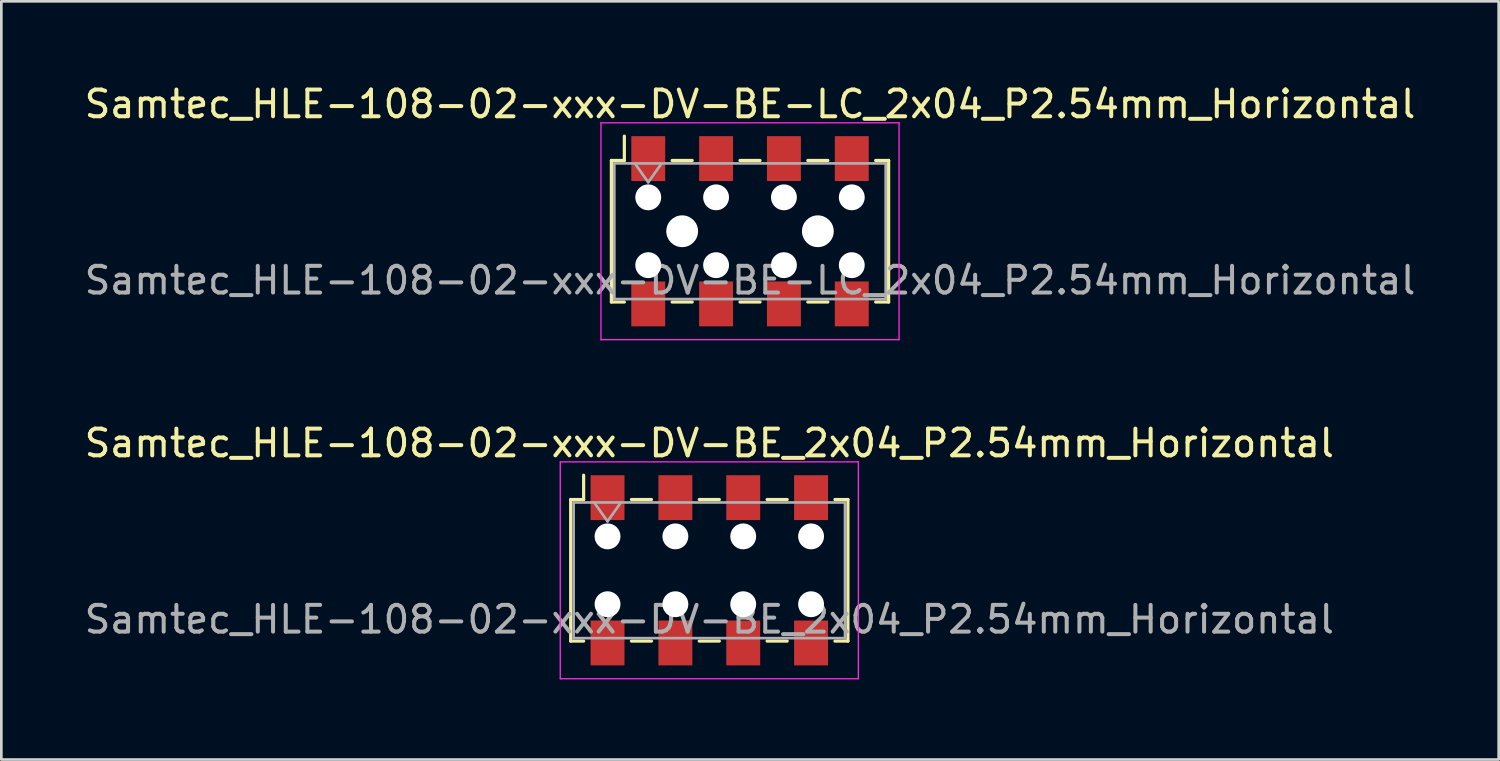
<source format=kicad_pcb>
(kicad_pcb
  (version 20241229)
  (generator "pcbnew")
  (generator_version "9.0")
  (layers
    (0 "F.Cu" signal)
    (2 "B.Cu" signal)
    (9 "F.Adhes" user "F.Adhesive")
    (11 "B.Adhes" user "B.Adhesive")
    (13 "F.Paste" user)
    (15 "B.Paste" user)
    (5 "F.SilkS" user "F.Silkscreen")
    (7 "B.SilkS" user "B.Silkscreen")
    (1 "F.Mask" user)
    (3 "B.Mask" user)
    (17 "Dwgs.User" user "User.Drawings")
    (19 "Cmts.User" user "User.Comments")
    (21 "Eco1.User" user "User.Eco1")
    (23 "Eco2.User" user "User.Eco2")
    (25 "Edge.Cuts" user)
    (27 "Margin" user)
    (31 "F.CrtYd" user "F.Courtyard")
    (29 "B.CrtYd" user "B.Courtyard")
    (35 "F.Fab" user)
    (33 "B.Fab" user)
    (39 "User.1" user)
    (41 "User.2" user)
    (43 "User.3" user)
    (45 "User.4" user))
  (footprint "Samtec_HLE-108-02-xxx-DV-BE_2x04_P2.54mm_Horizontal"
    (layer "F.Cu")
    (at 23.506 18.302)
    (property "Reference" "Samtec_HLE-108-02-xxx-DV-BE_2x04_P2.54mm_Horizontal" (at 0 -4.76 0) (layer "F.SilkS") (effects (font (size 1 1) (thickness 0.15))))
    (attr smd)
    (fp_line (start -5.19 -2.65) (end -5.19 2.65) (stroke (width 0.12) (type solid)) (layer "F.SilkS"))
    (fp_line (start -5.19 2.65) (end -4.705 2.65) (stroke (width 0.12) (type solid)) (layer "F.SilkS"))
    (fp_line (start -4.705 -3.56) (end -4.705 -2.65) (stroke (width 0.12) (type solid)) (layer "F.SilkS"))
    (fp_line (start -4.705 -2.65) (end -5.19 -2.65) (stroke (width 0.12) (type solid)) (layer "F.SilkS"))
    (fp_line (start -2.915 -2.65) (end -2.165 -2.65) (stroke (width 0.12) (type solid)) (layer "F.SilkS"))
    (fp_line (start -2.915 2.65) (end -2.165 2.65) (stroke (width 0.12) (type solid)) (layer "F.SilkS"))
    (fp_line (start -0.375 -2.65) (end 0.375 -2.65) (stroke (width 0.12) (type solid)) (layer "F.SilkS"))
    (fp_line (start -0.375 2.65) (end 0.375 2.65) (stroke (width 0.12) (type solid)) (layer "F.SilkS"))
    (fp_line (start 2.165 -2.65) (end 2.915 -2.65) (stroke (width 0.12) (type solid)) (layer "F.SilkS"))
    (fp_line (start 2.165 2.65) (end 2.915 2.65) (stroke (width 0.12) (type solid)) (layer "F.SilkS"))
    (fp_line (start 4.705 -2.65) (end 5.19 -2.65) (stroke (width 0.12) (type solid)) (layer "F.SilkS"))
    (fp_line (start 5.19 -2.65) (end 5.19 2.65) (stroke (width 0.12) (type solid)) (layer "F.SilkS"))
    (fp_line (start 5.19 2.65) (end 4.705 2.65) (stroke (width 0.12) (type solid)) (layer "F.SilkS"))
    (fp_line (start -5.58 -4.06) (end 5.58 -4.06) (stroke (width 0.05) (type solid)) (layer "F.CrtYd"))
    (fp_line (start -5.58 4.06) (end -5.58 -4.06) (stroke (width 0.05) (type solid)) (layer "F.CrtYd"))
    (fp_line (start 5.58 -4.06) (end 5.58 4.06) (stroke (width 0.05) (type solid)) (layer "F.CrtYd"))
    (fp_line (start 5.58 4.06) (end -5.58 4.06) (stroke (width 0.05) (type solid)) (layer "F.CrtYd"))
    (fp_line (start -5.08 -2.54) (end 5.08 -2.54) (stroke (width 0.1) (type solid)) (layer "F.Fab"))
    (fp_line (start -5.08 2.54) (end -5.08 -2.54) (stroke (width 0.1) (type solid)) (layer "F.Fab"))
    (fp_line (start -4.31 -2.54) (end -3.81 -1.833) (stroke (width 0.1) (type solid)) (layer "F.Fab"))
    (fp_line (start -3.81 -1.833) (end -3.31 -2.54) (stroke (width 0.1) (type solid)) (layer "F.Fab"))
    (fp_line (start 5.08 -2.54) (end 5.08 2.54) (stroke (width 0.1) (type solid)) (layer "F.Fab"))
    (fp_line (start 5.08 2.54) (end -5.08 2.54) (stroke (width 0.1) (type solid)) (layer "F.Fab"))
    (fp_text user "${REFERENCE}" (at 0 1.84 0) (layer "F.Fab") (effects (font (size 1 1) (thickness 0.15))))
    (pad "" np_thru_hole circle (at -3.81 -1.27) (size 0.97 0.97) (drill 0.97) (layers "*.Cu" "*.Mask"))
    (pad "" np_thru_hole circle (at -3.81 1.27) (size 0.97 0.97) (drill 0.97) (layers "*.Cu" "*.Mask"))
    (pad "" np_thru_hole circle (at -1.27 -1.27) (size 0.97 0.97) (drill 0.97) (layers "*.Cu" "*.Mask"))
    (pad "" np_thru_hole circle (at -1.27 1.27) (size 0.97 0.97) (drill 0.97) (layers "*.Cu" "*.Mask"))
    (pad "" np_thru_hole circle (at 1.27 -1.27) (size 0.97 0.97) (drill 0.97) (layers "*.Cu" "*.Mask"))
    (pad "" np_thru_hole circle (at 1.27 1.27) (size 0.97 0.97) (drill 0.97) (layers "*.Cu" "*.Mask"))
    (pad "" np_thru_hole circle (at 3.81 -1.27) (size 0.97 0.97) (drill 0.97) (layers "*.Cu" "*.Mask"))
    (pad "" np_thru_hole circle (at 3.81 1.27) (size 0.97 0.97) (drill 0.97) (layers "*.Cu" "*.Mask"))
    (pad "1" smd rect (at -3.81 -2.72) (size 1.27 1.68) (layers "F.Cu" "F.Mask" "F.Paste"))
    (pad "2" smd rect (at -3.81 2.72) (size 1.27 1.68) (layers "F.Cu" "F.Mask" "F.Paste"))
    (pad "3" smd rect (at -1.27 -2.72) (size 1.27 1.68) (layers "F.Cu" "F.Mask" "F.Paste"))
    (pad "4" smd rect (at -1.27 2.72) (size 1.27 1.68) (layers "F.Cu" "F.Mask" "F.Paste"))
    (pad "5" smd rect (at 1.27 -2.72) (size 1.27 1.68) (layers "F.Cu" "F.Mask" "F.Paste"))
    (pad "6" smd rect (at 1.27 2.72) (size 1.27 1.68) (layers "F.Cu" "F.Mask" "F.Paste"))
    (pad "7" smd rect (at 3.81 -2.72) (size 1.27 1.68) (layers "F.Cu" "F.Mask" "F.Paste"))
    (pad "8" smd rect (at 3.81 2.72) (size 1.27 1.68) (layers "F.Cu" "F.Mask" "F.Paste")))
  (footprint "Samtec_HLE-108-02-xxx-DV-BE-LC_2x04_P2.54mm_Horizontal"
    (layer "F.Cu")
    (at 25.03 5.608)
    (property "Reference" "Samtec_HLE-108-02-xxx-DV-BE-LC_2x04_P2.54mm_Horizontal" (at 0 -4.76 0) (layer "F.SilkS") (effects (font (size 1 1) (thickness 0.15))))
    (attr smd)
    (fp_line (start -5.19 -2.65) (end -5.19 2.65) (stroke (width 0.12) (type solid)) (layer "F.SilkS"))
    (fp_line (start -5.19 2.65) (end -4.705 2.65) (stroke (width 0.12) (type solid)) (layer "F.SilkS"))
    (fp_line (start -4.705 -3.56) (end -4.705 -2.65) (stroke (width 0.12) (type solid)) (layer "F.SilkS"))
    (fp_line (start -4.705 -2.65) (end -5.19 -2.65) (stroke (width 0.12) (type solid)) (layer "F.SilkS"))
    (fp_line (start -2.915 -2.65) (end -2.165 -2.65) (stroke (width 0.12) (type solid)) (layer "F.SilkS"))
    (fp_line (start -2.915 2.65) (end -2.165 2.65) (stroke (width 0.12) (type solid)) (layer "F.SilkS"))
    (fp_line (start -0.375 -2.65) (end 0.375 -2.65) (stroke (width 0.12) (type solid)) (layer "F.SilkS"))
    (fp_line (start -0.375 2.65) (end 0.375 2.65) (stroke (width 0.12) (type solid)) (layer "F.SilkS"))
    (fp_line (start 2.165 -2.65) (end 2.915 -2.65) (stroke (width 0.12) (type solid)) (layer "F.SilkS"))
    (fp_line (start 2.165 2.65) (end 2.915 2.65) (stroke (width 0.12) (type solid)) (layer "F.SilkS"))
    (fp_line (start 4.705 -2.65) (end 5.19 -2.65) (stroke (width 0.12) (type solid)) (layer "F.SilkS"))
    (fp_line (start 5.19 -2.65) (end 5.19 2.65) (stroke (width 0.12) (type solid)) (layer "F.SilkS"))
    (fp_line (start 5.19 2.65) (end 4.705 2.65) (stroke (width 0.12) (type solid)) (layer "F.SilkS"))
    (fp_line (start -5.58 -4.06) (end 5.58 -4.06) (stroke (width 0.05) (type solid)) (layer "F.CrtYd"))
    (fp_line (start -5.58 4.06) (end -5.58 -4.06) (stroke (width 0.05) (type solid)) (layer "F.CrtYd"))
    (fp_line (start 5.58 -4.06) (end 5.58 4.06) (stroke (width 0.05) (type solid)) (layer "F.CrtYd"))
    (fp_line (start 5.58 4.06) (end -5.58 4.06) (stroke (width 0.05) (type solid)) (layer "F.CrtYd"))
    (fp_line (start -5.08 -2.54) (end 5.08 -2.54) (stroke (width 0.1) (type solid)) (layer "F.Fab"))
    (fp_line (start -5.08 2.54) (end -5.08 -2.54) (stroke (width 0.1) (type solid)) (layer "F.Fab"))
    (fp_line (start -4.31 -2.54) (end -3.81 -1.833) (stroke (width 0.1) (type solid)) (layer "F.Fab"))
    (fp_line (start -3.81 -1.833) (end -3.31 -2.54) (stroke (width 0.1) (type solid)) (layer "F.Fab"))
    (fp_line (start 5.08 -2.54) (end 5.08 2.54) (stroke (width 0.1) (type solid)) (layer "F.Fab"))
    (fp_line (start 5.08 2.54) (end -5.08 2.54) (stroke (width 0.1) (type solid)) (layer "F.Fab"))
    (fp_text user "${REFERENCE}" (at 0 1.84 0) (layer "F.Fab") (effects (font (size 1 1) (thickness 0.15))))
    (pad "" np_thru_hole circle (at -3.81 -1.27) (size 0.97 0.97) (drill 0.97) (layers "*.Cu" "*.Mask"))
    (pad "" np_thru_hole circle (at -3.81 1.27) (size 0.97 0.97) (drill 0.97) (layers "*.Cu" "*.Mask"))
    (pad "" np_thru_hole circle (at -2.54 0) (size 1.19 1.19) (drill 1.19) (layers "*.Cu" "*.Mask"))
    (pad "" np_thru_hole circle (at -1.27 -1.27) (size 0.97 0.97) (drill 0.97) (layers "*.Cu" "*.Mask"))
    (pad "" np_thru_hole circle (at -1.27 1.27) (size 0.97 0.97) (drill 0.97) (layers "*.Cu" "*.Mask"))
    (pad "" np_thru_hole circle (at 1.27 -1.27) (size 0.97 0.97) (drill 0.97) (layers "*.Cu" "*.Mask"))
    (pad "" np_thru_hole circle (at 1.27 1.27) (size 0.97 0.97) (drill 0.97) (layers "*.Cu" "*.Mask"))
    (pad "" np_thru_hole circle (at 2.54 0) (size 1.19 1.19) (drill 1.19) (layers "*.Cu" "*.Mask"))
    (pad "" np_thru_hole circle (at 3.81 -1.27) (size 0.97 0.97) (drill 0.97) (layers "*.Cu" "*.Mask"))
    (pad "" np_thru_hole circle (at 3.81 1.27) (size 0.97 0.97) (drill 0.97) (layers "*.Cu" "*.Mask"))
    (pad "1" smd rect (at -3.81 -2.72) (size 1.27 1.68) (layers "F.Cu" "F.Mask" "F.Paste"))
    (pad "2" smd rect (at -3.81 2.72) (size 1.27 1.68) (layers "F.Cu" "F.Mask" "F.Paste"))
    (pad "3" smd rect (at -1.27 -2.72) (size 1.27 1.68) (layers "F.Cu" "F.Mask" "F.Paste"))
    (pad "4" smd rect (at -1.27 2.72) (size 1.27 1.68) (layers "F.Cu" "F.Mask" "F.Paste"))
    (pad "5" smd rect (at 1.27 -2.72) (size 1.27 1.68) (layers "F.Cu" "F.Mask" "F.Paste"))
    (pad "6" smd rect (at 1.27 2.72) (size 1.27 1.68) (layers "F.Cu" "F.Mask" "F.Paste"))
    (pad "7" smd rect (at 3.81 -2.72) (size 1.27 1.68) (layers "F.Cu" "F.Mask" "F.Paste"))
    (pad "8" smd rect (at 3.81 2.72) (size 1.27 1.68) (layers "F.Cu" "F.Mask" "F.Paste")))
  (gr_rect
    (start -3 -3)
    (end 53.06 25.387)
    (stroke (width 0.1) (type default))
    (fill no)
    (layer "Edge.Cuts")))
</source>
